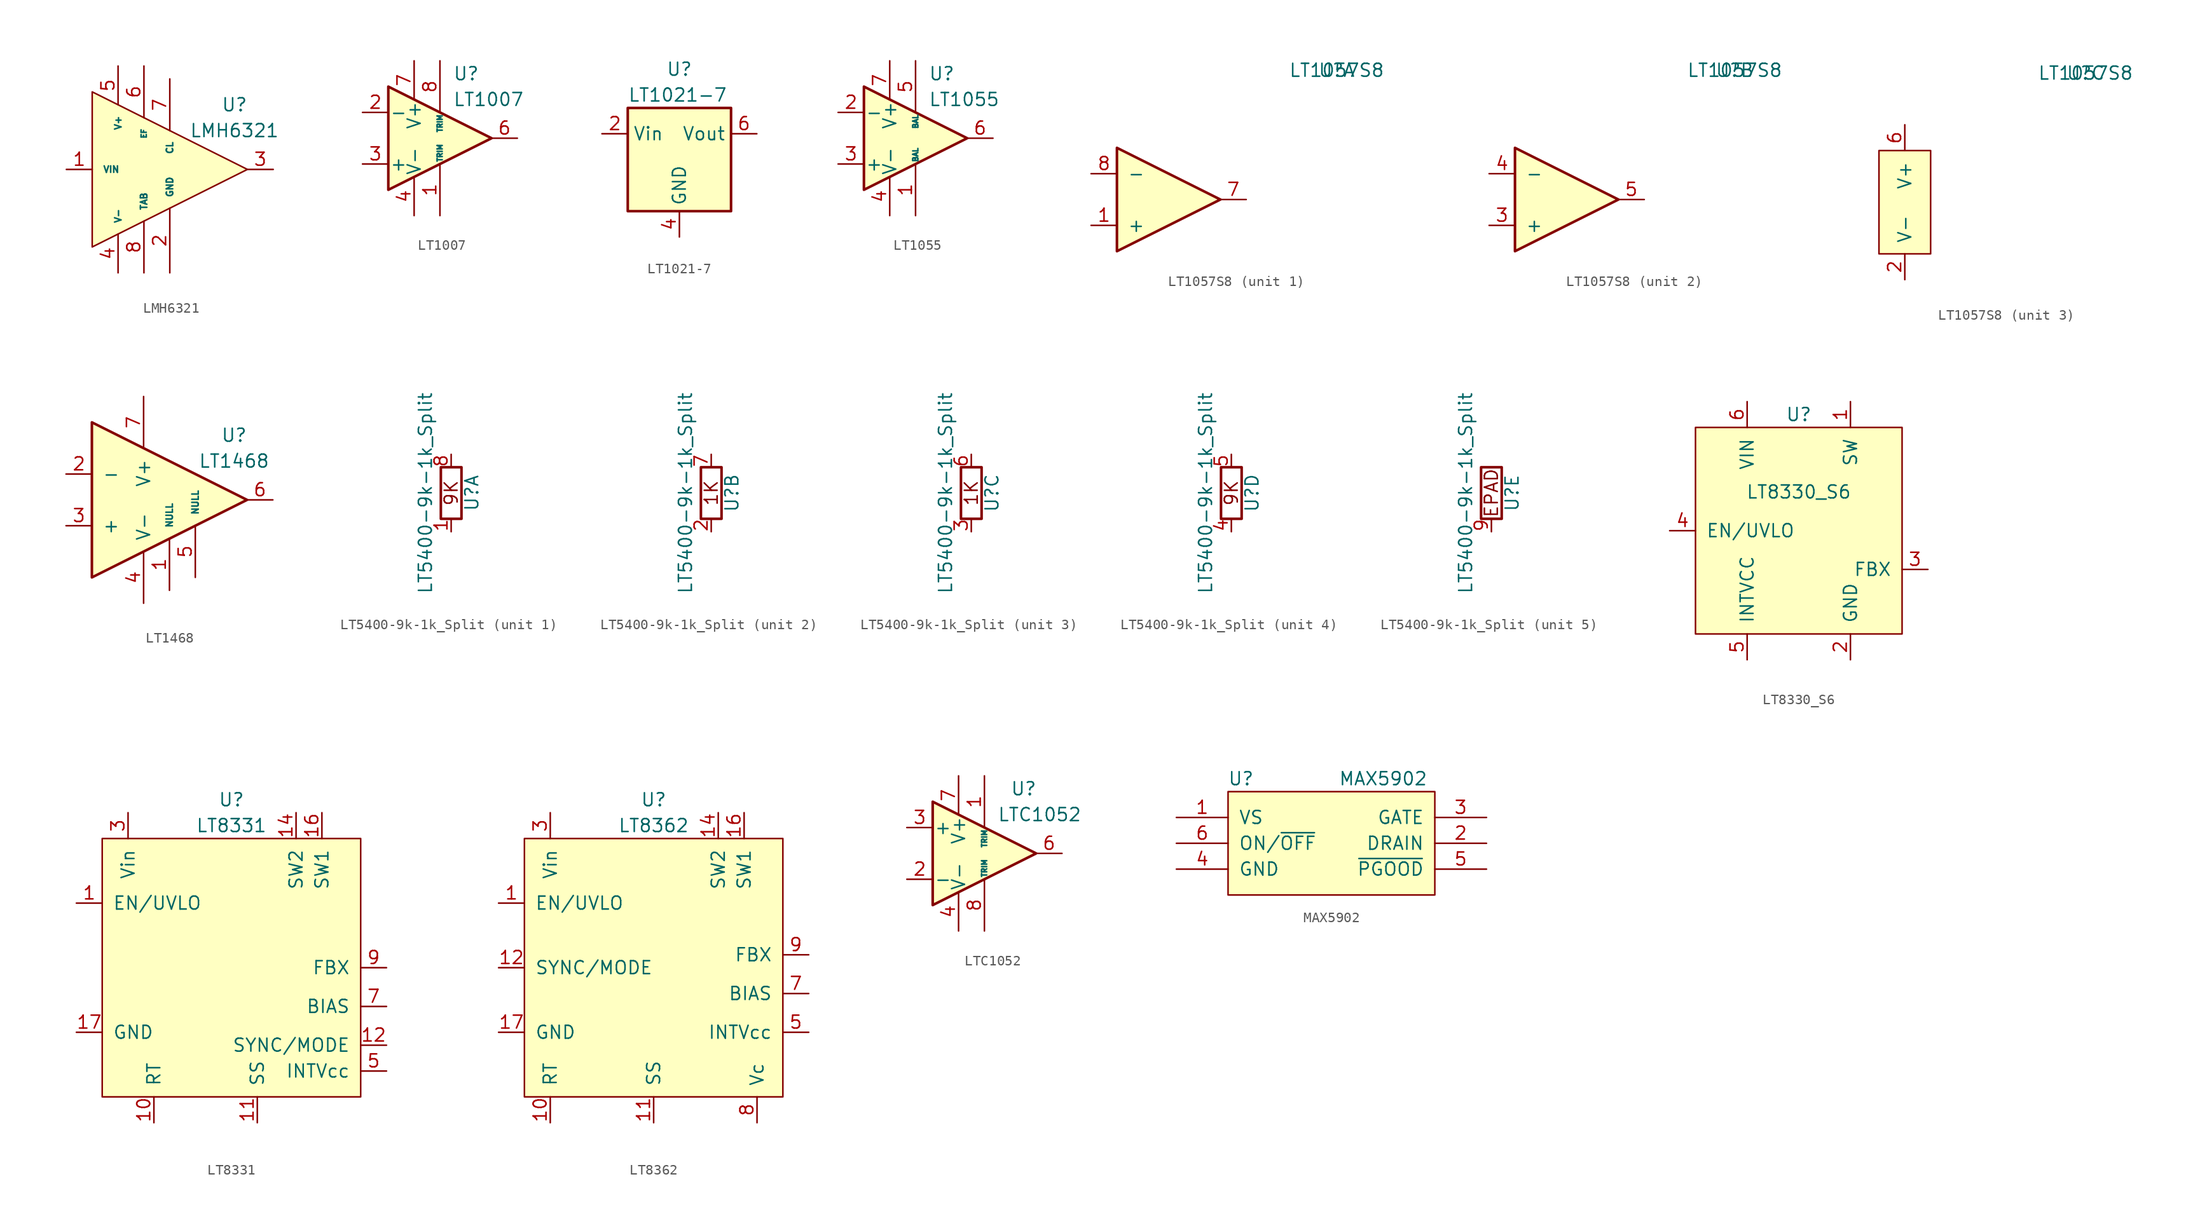
<source format=kicad_sym>
(kicad_symbol_lib
  (version 20220914)
  (generator kicad_symbol_editor)
  (symbol "LMH6321"
    (pin_names
      (offset 1.016))
    (property "Reference" "U"
      (at 10.16 6.35 0)
      (effects (font (size 1.27 1.27))))
    (property "Value" "LMH6321"
      (at 10.16 3.81 0)
      (effects (font (size 1.27 1.27))))
    (symbol "LMH6321_0_1"
      (polyline (pts (xy -3.81 7.62) (xy -3.81 -7.62) (xy 11.43 0) (xy -3.81 7.62)) (stroke (width 0) (type solid)) (fill (type background))))
    (symbol "LMH6321_1_1"
      (pin input line (at -6.35 0 0) (length 2.54) (name "VIN" (effects (font (size 0.635 0.635)))) (number "1" (effects (font (size 1.27 1.27)))))
      (pin input line (at 3.81 -10.16 90) (length 6.35) (name "GND" (effects (font (size 0.635 0.635)))) (number "2" (effects (font (size 1.27 1.27)))))
      (pin output line (at 13.97 0 180) (length 2.54) (name "~" (effects (font (size 1.27 1.27)))) (number "3" (effects (font (size 1.27 1.27)))))
      (pin power_in line (at -1.27 -10.16 90) (length 3.81) (name "V-" (effects (font (size 0.635 0.635)))) (number "4" (effects (font (size 1.27 1.27)))))
      (pin power_in line (at -1.27 10.16 270) (length 3.81) (name "V+" (effects (font (size 0.635 0.635)))) (number "5" (effects (font (size 1.27 1.27)))))
      (pin input line (at 1.27 10.16 270) (length 5.08) (name "EF" (effects (font (size 0.508 0.508)))) (number "6" (effects (font (size 1.27 1.27)))))
      (pin input line (at 3.81 8.89 270) (length 5.08) (name "CL" (effects (font (size 0.635 0.635)))) (number "7" (effects (font (size 1.27 1.27)))))
      (pin input line (at 1.27 -10.16 90) (length 5.08) (name "TAB" (effects (font (size 0.635 0.635)))) (number "8" (effects (font (size 1.27 1.27)))))))
  (symbol "LT1007"
    (pin_names
      (offset 0.127))
    (property "Reference" "U"
      (at 1.27 6.35 0)
      (effects (font (size 1.27 1.27)) (justify left)))
    (property "Value" "LT1007"
      (at 1.27 3.81 0)
      (effects (font (size 1.27 1.27)) (justify left)))
    (symbol "LT1007_0_1"
      (polyline (pts (xy -5.08 5.08) (xy 5.08 0) (xy -5.08 -5.08) (xy -5.08 5.08)) (stroke (width 0.254) (type solid)) (fill (type background))))
    (symbol "LT1007_1_1"
      (pin input line (at 0 -7.62 90) (length 5.08) (name "TRIM" (effects (font (size 0.508 0.508)))) (number "1" (effects (font (size 1.27 1.27)))))
      (pin input line (at -7.62 2.54 0) (length 2.54) (name "-" (effects (font (size 1.27 1.27)))) (number "2" (effects (font (size 1.27 1.27)))))
      (pin input line (at -7.62 -2.54 0) (length 2.54) (name "+" (effects (font (size 1.27 1.27)))) (number "3" (effects (font (size 1.27 1.27)))))
      (pin power_in line (at -2.54 -7.62 90) (length 3.81) (name "V-" (effects (font (size 1.27 1.27)))) (number "4" (effects (font (size 1.27 1.27)))))
      (pin no_connect non_logic (at 2.54 -1.27 90) (length 0) hide (name "NC" (effects (font (size 0.508 0.508)))) (number "5" (effects (font (size 1.27 1.27)))))
      (pin output line (at 7.62 0 180) (length 2.54) (name "~" (effects (font (size 1.27 1.27)))) (number "6" (effects (font (size 1.27 1.27)))))
      (pin power_in line (at -2.54 7.62 270) (length 3.81) (name "V+" (effects (font (size 1.27 1.27)))) (number "7" (effects (font (size 1.27 1.27)))))
      (pin input line (at 0 7.62 270) (length 5.08) (name "TRIM" (effects (font (size 0.508 0.508)))) (number "8" (effects (font (size 1.27 1.27)))))))
  (symbol "LT1021-7"
    (property "Reference" "U"
      (at 0 8.89 0)
      (effects (font (size 1.27 1.27))))
    (property "Value" "LT1021-7"
      (at -5.08 6.35 0)
      (effects (font (size 1.27 1.27)) (justify left)))
    (symbol "LT1021-7_0_1"
      (rectangle (start -5.08 5.08) (end 5.08 -5.08) (stroke (width 0.254) (type solid)) (fill (type background))))
    (symbol "LT1021-7_1_1"
      (pin no_connect non_logic (at 0 5.08 90) (length 0) hide (name "DNC" (effects (font (size 1.27 1.27)))) (number "1" (effects (font (size 1.27 1.27)))))
      (pin passive line (at -7.62 2.54 0) (length 2.54) (name "Vin" (effects (font (size 1.27 1.27)))) (number "2" (effects (font (size 1.27 1.27)))))
      (pin no_connect non_logic (at 2.54 -5.08 270) (length 0) hide (name "DNC" (effects (font (size 1.27 1.27)))) (number "3" (effects (font (size 1.27 1.27)))))
      (pin passive line (at 0 -7.62 90) (length 2.54) (name "GND" (effects (font (size 1.27 1.27)))) (number "4" (effects (font (size 1.27 1.27)))))
      (pin no_connect non_logic (at 3.81 -5.08 270) (length 0) hide (name "DNC" (effects (font (size 1.27 1.27)))) (number "5" (effects (font (size 1.27 1.27)))))
      (pin passive line (at 7.62 2.54 180) (length 2.54) (name "Vout" (effects (font (size 1.27 1.27)))) (number "6" (effects (font (size 1.27 1.27)))))
      (pin no_connect non_logic (at -3.81 -5.08 270) (length 0) hide (name "DNC" (effects (font (size 1.27 1.27)))) (number "7" (effects (font (size 1.27 1.27)))))
      (pin no_connect non_logic (at -2.54 -5.08 270) (length 0) hide (name "DNC" (effects (font (size 1.27 1.27)))) (number "8" (effects (font (size 1.27 1.27)))))))
  (symbol "LT1055"
    (pin_names
      (offset 0.127))
    (property "Reference" "U"
      (at 1.27 6.35 0)
      (effects (font (size 1.27 1.27)) (justify left)))
    (property "Value" "LT1055"
      (at 1.27 3.81 0)
      (effects (font (size 1.27 1.27)) (justify left)))
    (symbol "LT1055_0_1"
      (polyline (pts (xy -5.08 5.08) (xy 5.08 0) (xy -5.08 -5.08) (xy -5.08 5.08)) (stroke (width 0.254) (type solid)) (fill (type background))))
    (symbol "LT1055_1_1"
      (pin input line (at 0 -7.62 90) (length 5.08) (name "BAL" (effects (font (size 0.508 0.508)))) (number "1" (effects (font (size 1.27 1.27)))))
      (pin input line (at -7.62 2.54 0) (length 2.54) (name "-" (effects (font (size 1.27 1.27)))) (number "2" (effects (font (size 1.27 1.27)))))
      (pin input line (at -7.62 -2.54 0) (length 2.54) (name "+" (effects (font (size 1.27 1.27)))) (number "3" (effects (font (size 1.27 1.27)))))
      (pin power_in line (at -2.54 -7.62 90) (length 3.81) (name "V-" (effects (font (size 1.27 1.27)))) (number "4" (effects (font (size 1.27 1.27)))))
      (pin input line (at 0 7.62 270) (length 5.08) (name "BAL" (effects (font (size 0.508 0.508)))) (number "5" (effects (font (size 1.27 1.27)))))
      (pin output line (at 7.62 0 180) (length 2.54) (name "~" (effects (font (size 1.27 1.27)))) (number "6" (effects (font (size 1.27 1.27)))))
      (pin power_in line (at -2.54 7.62 270) (length 3.81) (name "V+" (effects (font (size 1.27 1.27)))) (number "7" (effects (font (size 1.27 1.27)))))
      (pin no_connect non_logic (at 2.54 -1.27 90) (length 0) hide (name "NC" (effects (font (size 0.508 0.508)))) (number "8" (effects (font (size 1.27 1.27)))))))
  (symbol "LT1057S8"
    (pin_names
      (offset 1.016))
    (property "Reference" "U"
      (at 17.78 12.7 0)
      (effects (font (size 1.27 1.27))))
    (property "Value" "LT1057S8"
      (at 17.78 12.7 0)
      (effects (font (size 1.27 1.27))))
    (symbol "LT1057S8_1_1"
      (polyline (pts (xy -3.81 5.08) (xy 6.35 0) (xy -3.81 -5.08) (xy -3.81 5.08)) (stroke (width 0.254) (type solid)) (fill (type background)))
      (pin input line (at -6.35 -2.54 0) (length 2.54) (name "+" (effects (font (size 1.27 1.27)))) (number "1" (effects (font (size 1.27 1.27)))))
      (pin output line (at 8.89 0 180) (length 2.54) (name "~" (effects (font (size 1.27 1.27)))) (number "7" (effects (font (size 1.27 1.27)))))
      (pin input line (at -6.35 2.54 0) (length 2.54) (name "-" (effects (font (size 1.27 1.27)))) (number "8" (effects (font (size 1.27 1.27))))))
    (symbol "LT1057S8_2_1"
      (polyline (pts (xy -3.81 5.08) (xy 6.35 0) (xy -3.81 -5.08) (xy -3.81 5.08)) (stroke (width 0.254) (type solid)) (fill (type background)))
      (pin input line (at -6.35 -2.54 0) (length 2.54) (name "+" (effects (font (size 1.27 1.27)))) (number "3" (effects (font (size 1.27 1.27)))))
      (pin input line (at -6.35 2.54 0) (length 2.54) (name "-" (effects (font (size 1.27 1.27)))) (number "4" (effects (font (size 1.27 1.27)))))
      (pin output line (at 8.89 0 180) (length 2.54) (name "~" (effects (font (size 1.27 1.27)))) (number "5" (effects (font (size 1.27 1.27))))))
    (symbol "LT1057S8_3_1"
      (rectangle (start -2.54 5.08) (end 2.54 -5.08) (stroke (width 0) (type solid)) (fill (type background)))
      (pin passive line (at 0 -7.62 90) (length 2.54) (name "V-" (effects (font (size 1.27 1.27)))) (number "2" (effects (font (size 1.27 1.27)))))
      (pin passive line (at 0 7.62 270) (length 2.54) (name "V+" (effects (font (size 1.27 1.27)))) (number "6" (effects (font (size 1.27 1.27)))))))
  (symbol "LT1468"
    (pin_names
      (offset 1.016))
    (property "Reference" "U"
      (at 7.62 6.35 0)
      (effects (font (size 1.27 1.27))))
    (property "Value" "LT1468"
      (at 7.62 3.81 0)
      (effects (font (size 1.27 1.27))))
    (symbol "LT1468_1_1"
      (polyline (pts (xy -6.35 7.62) (xy -6.35 -7.62) (xy 8.89 0) (xy -6.35 7.62)) (stroke (width 0.254) (type solid)) (fill (type background)))
      (pin input line (at 1.27 -8.89 90) (length 5.08) (name "NULL" (effects (font (size 0.635 0.635)))) (number "1" (effects (font (size 1.27 1.27)))))
      (pin input line (at -8.89 2.54 0) (length 2.54) (name "-" (effects (font (size 1.27 1.27)))) (number "2" (effects (font (size 1.27 1.27)))))
      (pin input line (at -8.89 -2.54 0) (length 2.54) (name "+" (effects (font (size 1.27 1.27)))) (number "3" (effects (font (size 1.27 1.27)))))
      (pin passive line (at -1.27 -10.16 90) (length 5.08) (name "V-" (effects (font (size 1.27 1.27)))) (number "4" (effects (font (size 1.27 1.27)))))
      (pin input line (at 3.81 -7.62 90) (length 5.08) (name "NULL" (effects (font (size 0.635 0.635)))) (number "5" (effects (font (size 1.27 1.27)))))
      (pin output line (at 11.43 0 180) (length 2.54) (name "~" (effects (font (size 1.27 1.27)))) (number "6" (effects (font (size 1.27 1.27)))))
      (pin passive line (at -1.27 10.16 270) (length 5.08) (name "V+" (effects (font (size 1.27 1.27)))) (number "7" (effects (font (size 1.27 1.27)))))
      (pin no_connect non_logic (at 1.27 3.81 270) (length 0) hide (name "NC" (effects (font (size 0.635 0.635)))) (number "8" (effects (font (size 1.27 1.27)))))))
  (symbol "LT5400-9k-1k_Split"
    (pin_names
      (offset 0) hide)
    (property "Reference" "U"
      (at 2.032 0 90)
      (effects (font (size 1.27 1.27))))
    (property "Value" "LT5400-9k-1k_Split"
      (at -2.54 0 90)
      (effects (font (size 1.27 1.27))))
    (symbol "LT5400-9k-1k_Split_1_1"
      (rectangle (start -1.016 2.54) (end 1.016 -2.54) (stroke (width 0.254) (type default)) (fill (type none)))
      (text "9K" (at 0 0 900) (effects (font (size 1.27 1.27))))
      (pin passive line (at 0 -3.81 90) (length 1.27) (name "R1.2" (effects (font (size 1.27 1.27)))) (number "1" (effects (font (size 1.27 1.27)))))
      (pin passive line (at 0 3.81 270) (length 1.27) (name "R1.2" (effects (font (size 1.27 1.27)))) (number "8" (effects (font (size 1.27 1.27))))))
    (symbol "LT5400-9k-1k_Split_2_1"
      (rectangle (start -1.016 2.54) (end 1.016 -2.54) (stroke (width 0.254) (type default)) (fill (type none)))
      (text "1K" (at 0 0 900) (effects (font (size 1.27 1.27))))
      (pin passive line (at 0 -3.81 90) (length 1.27) (name "R2.1" (effects (font (size 1.27 1.27)))) (number "2" (effects (font (size 1.27 1.27)))))
      (pin passive line (at 0 3.81 270) (length 1.27) (name "R2.2" (effects (font (size 1.27 1.27)))) (number "7" (effects (font (size 1.27 1.27))))))
    (symbol "LT5400-9k-1k_Split_3_1"
      (rectangle (start -1.016 2.54) (end 1.016 -2.54) (stroke (width 0.254) (type default)) (fill (type none)))
      (text "1K" (at 0 0 900) (effects (font (size 1.27 1.27))))
      (pin passive line (at 0 -3.81 90) (length 1.27) (name "R3.1" (effects (font (size 1.27 1.27)))) (number "3" (effects (font (size 1.27 1.27)))))
      (pin passive line (at 0 3.81 270) (length 1.27) (name "R3.2" (effects (font (size 1.27 1.27)))) (number "6" (effects (font (size 1.27 1.27))))))
    (symbol "LT5400-9k-1k_Split_4_1"
      (rectangle (start -1.016 2.54) (end 1.016 -2.54) (stroke (width 0.254) (type default)) (fill (type none)))
      (text "9K" (at 0 0 900) (effects (font (size 1.27 1.27))))
      (pin passive line (at 0 -3.81 90) (length 1.27) (name "R4.1" (effects (font (size 1.27 1.27)))) (number "4" (effects (font (size 1.27 1.27)))))
      (pin passive line (at 0 3.81 270) (length 1.27) (name "R4.2" (effects (font (size 1.27 1.27)))) (number "5" (effects (font (size 1.27 1.27))))))
    (symbol "LT5400-9k-1k_Split_5_1"
      (rectangle (start -1.016 2.54) (end 1.016 -2.54) (stroke (width 0.254) (type default)) (fill (type none)))
      (text "EPAD" (at 0 0 900) (effects (font (size 1.27 1.27))))
      (pin passive line (at 0 -3.81 90) (length 1.27) (name "R1.2" (effects (font (size 1.27 1.27)))) (number "9" (effects (font (size 1.27 1.27)))))))
  (symbol "LT8330_S6"
    (pin_names
      (offset 1.016))
    (property "Reference" "U"
      (at 0 11.43 0)
      (effects (font (size 1.27 1.27))))
    (property "Value" "LT8330_S6"
      (at 0 3.81 0)
      (effects (font (size 1.27 1.27))))
    (symbol "LT8330_S6_0_1"
      (rectangle (start -10.16 10.16) (end 10.16 -10.16) (stroke (width 0) (type solid)) (fill (type background))))
    (symbol "LT8330_S6_1_1"
      (pin passive line (at 5.08 12.7 270) (length 2.54) (name "SW" (effects (font (size 1.27 1.27)))) (number "1" (effects (font (size 1.27 1.27)))))
      (pin passive line (at 5.08 -12.7 90) (length 2.54) (name "GND" (effects (font (size 1.27 1.27)))) (number "2" (effects (font (size 1.27 1.27)))))
      (pin passive line (at 12.7 -3.81 180) (length 2.54) (name "FBX" (effects (font (size 1.27 1.27)))) (number "3" (effects (font (size 1.27 1.27)))))
      (pin passive line (at -12.7 0 0) (length 2.54) (name "EN/UVLO" (effects (font (size 1.27 1.27)))) (number "4" (effects (font (size 1.27 1.27)))))
      (pin passive line (at -5.08 -12.7 90) (length 2.54) (name "INTVCC" (effects (font (size 1.27 1.27)))) (number "5" (effects (font (size 1.27 1.27)))))
      (pin passive line (at -5.08 12.7 270) (length 2.54) (name "VIN" (effects (font (size 1.27 1.27)))) (number "6" (effects (font (size 1.27 1.27)))))))
  (symbol "LT8331"
    (pin_names
      (offset 1.016))
    (property "Reference" "U"
      (at 0 16.51 0)
      (effects (font (size 1.27 1.27))))
    (property "Value" "LT8331"
      (at 0 13.97 0)
      (effects (font (size 1.27 1.27))))
    (symbol "LT8331_0_1"
      (rectangle (start -12.7 12.7) (end 12.7 -12.7) (stroke (width 0) (type solid)) (fill (type background))))
    (symbol "LT8331_1_1"
      (pin input line (at -15.24 6.35 0) (length 2.54) (name "EN/UVLO" (effects (font (size 1.27 1.27)))) (number "1" (effects (font (size 1.27 1.27)))))
      (pin input line (at -7.62 -15.24 90) (length 2.54) (name "RT" (effects (font (size 1.27 1.27)))) (number "10" (effects (font (size 1.27 1.27)))))
      (pin input line (at 2.54 -15.24 90) (length 2.54) (name "SS" (effects (font (size 1.27 1.27)))) (number "11" (effects (font (size 1.27 1.27)))))
      (pin input line (at 15.24 -7.62 180) (length 2.54) (name "SYNC/MODE" (effects (font (size 1.27 1.27)))) (number "12" (effects (font (size 1.27 1.27)))))
      (pin passive line (at 6.35 15.24 270) (length 2.54) (name "SW2" (effects (font (size 1.27 1.27)))) (number "14" (effects (font (size 1.27 1.27)))))
      (pin passive line (at 8.89 15.24 270) (length 2.54) (name "SW1" (effects (font (size 1.27 1.27)))) (number "16" (effects (font (size 1.27 1.27)))))
      (pin passive line (at -15.24 -6.35 0) (length 2.54) (name "GND" (effects (font (size 1.27 1.27)))) (number "17" (effects (font (size 1.27 1.27)))))
      (pin passive line (at -10.16 15.24 270) (length 2.54) (name "Vin" (effects (font (size 1.27 1.27)))) (number "3" (effects (font (size 1.27 1.27)))))
      (pin input line (at 15.24 -10.16 180) (length 2.54) (name "INTVcc" (effects (font (size 1.27 1.27)))) (number "5" (effects (font (size 1.27 1.27)))))
      (pin no_connect non_logic (at 12.7 5.08 0) (length 0) hide (name "NC" (effects (font (size 1.27 1.27)))) (number "6" (effects (font (size 1.27 1.27)))))
      (pin input line (at 15.24 -3.81 180) (length 2.54) (name "BIAS" (effects (font (size 1.27 1.27)))) (number "7" (effects (font (size 1.27 1.27)))))
      (pin no_connect non_logic (at -12.7 5.08 180) (length 0) hide (name "NC" (effects (font (size 1.27 1.27)))) (number "8" (effects (font (size 1.27 1.27)))))
      (pin input line (at 15.24 0 180) (length 2.54) (name "FBX" (effects (font (size 1.27 1.27)))) (number "9" (effects (font (size 1.27 1.27)))))))
  (symbol "LT8362"
    (pin_names
      (offset 1.016))
    (property "Reference" "U"
      (at 0 16.51 0)
      (effects (font (size 1.27 1.27))))
    (property "Value" "LT8362"
      (at 0 13.97 0)
      (effects (font (size 1.27 1.27))))
    (symbol "LT8362_1_1"
      (rectangle (start -12.7 12.7) (end 12.7 -12.7) (stroke (width 0) (type solid)) (fill (type background)))
      (pin input line (at -15.24 6.35 0) (length 2.54) (name "EN/UVLO" (effects (font (size 1.27 1.27)))) (number "1" (effects (font (size 1.27 1.27)))))
      (pin input line (at -10.16 -15.24 90) (length 2.54) (name "RT" (effects (font (size 1.27 1.27)))) (number "10" (effects (font (size 1.27 1.27)))))
      (pin input line (at 0 -15.24 90) (length 2.54) (name "SS" (effects (font (size 1.27 1.27)))) (number "11" (effects (font (size 1.27 1.27)))))
      (pin input line (at -15.24 0 0) (length 2.54) (name "SYNC/MODE" (effects (font (size 1.27 1.27)))) (number "12" (effects (font (size 1.27 1.27)))))
      (pin passive line (at 6.35 15.24 270) (length 2.54) (name "SW2" (effects (font (size 1.27 1.27)))) (number "14" (effects (font (size 1.27 1.27)))))
      (pin passive line (at 8.89 15.24 270) (length 2.54) (name "SW1" (effects (font (size 1.27 1.27)))) (number "16" (effects (font (size 1.27 1.27)))))
      (pin passive line (at -15.24 -6.35 0) (length 2.54) (name "GND" (effects (font (size 1.27 1.27)))) (number "17" (effects (font (size 1.27 1.27)))))
      (pin passive line (at -10.16 15.24 270) (length 2.54) (name "Vin" (effects (font (size 1.27 1.27)))) (number "3" (effects (font (size 1.27 1.27)))))
      (pin input line (at 15.24 -6.35 180) (length 2.54) (name "INTVcc" (effects (font (size 1.27 1.27)))) (number "5" (effects (font (size 1.27 1.27)))))
      (pin no_connect non_logic (at 12.7 5.08 0) (length 0) hide (name "NC" (effects (font (size 1.27 1.27)))) (number "6" (effects (font (size 1.27 1.27)))))
      (pin input line (at 15.24 -2.54 180) (length 2.54) (name "BIAS" (effects (font (size 1.27 1.27)))) (number "7" (effects (font (size 1.27 1.27)))))
      (pin no_connect non_logic (at -12.7 5.08 180) (length 0) hide (name "NC" (effects (font (size 1.27 1.27)))) (number "8" (effects (font (size 1.27 1.27)))))
      (pin passive line (at 10.16 -15.24 90) (length 2.54) (name "Vc" (effects (font (size 1.27 1.27)))) (number "8" (effects (font (size 1.27 1.27)))))
      (pin input line (at 15.24 1.27 180) (length 2.54) (name "FBX" (effects (font (size 1.27 1.27)))) (number "9" (effects (font (size 1.27 1.27)))))))
  (symbol "LTC1052"
    (pin_names
      (offset 0.127))
    (property "Reference" "U"
      (at 2.54 6.35 0)
      (effects (font (size 1.27 1.27)) (justify left)))
    (property "Value" "LTC1052"
      (at 1.27 3.81 0)
      (effects (font (size 1.27 1.27)) (justify left)))
    (symbol "LTC1052_0_1"
      (polyline (pts (xy -5.08 5.08) (xy 5.08 0) (xy -5.08 -5.08) (xy -5.08 5.08)) (stroke (width 0.254) (type solid)) (fill (type background))))
    (symbol "LTC1052_1_1"
      (pin input line (at 0 7.62 270) (length 5.08) (name "TRIM" (effects (font (size 0.508 0.508)))) (number "1" (effects (font (size 1.27 1.27)))))
      (pin input line (at -7.62 -2.54 0) (length 2.54) (name "-" (effects (font (size 1.27 1.27)))) (number "2" (effects (font (size 1.27 1.27)))))
      (pin input line (at -7.62 2.54 0) (length 2.54) (name "+" (effects (font (size 1.27 1.27)))) (number "3" (effects (font (size 1.27 1.27)))))
      (pin power_in line (at -2.54 -7.62 90) (length 3.81) (name "V-" (effects (font (size 1.27 1.27)))) (number "4" (effects (font (size 1.27 1.27)))))
      (pin no_connect non_logic (at 2.54 -1.27 90) (length 0) hide (name "NC" (effects (font (size 0.508 0.508)))) (number "5" (effects (font (size 1.27 1.27)))))
      (pin output line (at 7.62 0 180) (length 2.54) (name "~" (effects (font (size 1.27 1.27)))) (number "6" (effects (font (size 1.27 1.27)))))
      (pin power_in line (at -2.54 7.62 270) (length 3.81) (name "V+" (effects (font (size 1.27 1.27)))) (number "7" (effects (font (size 1.27 1.27)))))
      (pin input line (at 0 -7.62 90) (length 5.08) (name "TRIM" (effects (font (size 0.508 0.508)))) (number "8" (effects (font (size 1.27 1.27)))))))
  (symbol "MAX5902"
    (pin_names
      (offset 1.016))
    (property "Reference" "U"
      (at -8.89 6.35 0)
      (effects (font (size 1.27 1.27))))
    (property "Value" "MAX5902"
      (at 5.08 6.35 0)
      (effects (font (size 1.27 1.27))))
    (symbol "MAX5902_0_1"
      (rectangle (start -10.16 5.08) (end 10.16 -5.08) (stroke (width 0) (type solid)) (fill (type background))))
    (symbol "MAX5902_1_1"
      (pin passive line (at -15.24 2.54 0) (length 5.08) (name "VS" (effects (font (size 1.27 1.27)))) (number "1" (effects (font (size 1.27 1.27)))))
      (pin passive line (at 15.24 0 180) (length 5.08) (name "DRAIN" (effects (font (size 1.27 1.27)))) (number "2" (effects (font (size 1.27 1.27)))))
      (pin passive line (at 15.24 2.54 180) (length 5.08) (name "GATE" (effects (font (size 1.27 1.27)))) (number "3" (effects (font (size 1.27 1.27)))))
      (pin passive line (at -15.24 -2.54 0) (length 5.08) (name "GND" (effects (font (size 1.27 1.27)))) (number "4" (effects (font (size 1.27 1.27)))))
      (pin passive line (at 15.24 -2.54 180) (length 5.08) (name "~{PGOOD}" (effects (font (size 1.27 1.27)))) (number "5" (effects (font (size 1.27 1.27)))))
      (pin passive line (at -15.24 0 0) (length 5.08) (name "ON/~{OFF}" (effects (font (size 1.27 1.27)))) (number "6" (effects (font (size 1.27 1.27))))))))
</source>
